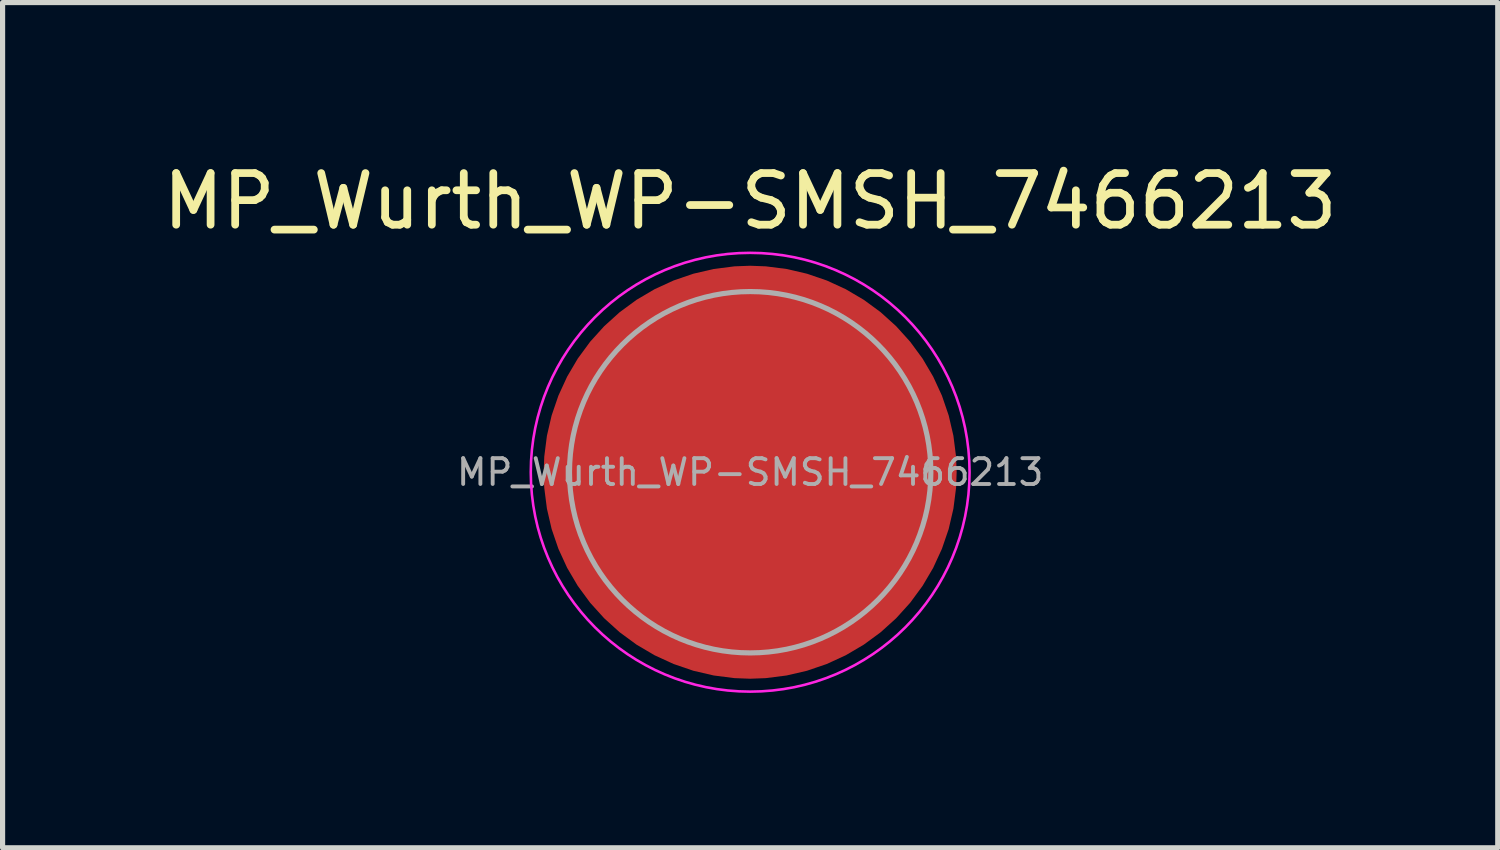
<source format=kicad_pcb>
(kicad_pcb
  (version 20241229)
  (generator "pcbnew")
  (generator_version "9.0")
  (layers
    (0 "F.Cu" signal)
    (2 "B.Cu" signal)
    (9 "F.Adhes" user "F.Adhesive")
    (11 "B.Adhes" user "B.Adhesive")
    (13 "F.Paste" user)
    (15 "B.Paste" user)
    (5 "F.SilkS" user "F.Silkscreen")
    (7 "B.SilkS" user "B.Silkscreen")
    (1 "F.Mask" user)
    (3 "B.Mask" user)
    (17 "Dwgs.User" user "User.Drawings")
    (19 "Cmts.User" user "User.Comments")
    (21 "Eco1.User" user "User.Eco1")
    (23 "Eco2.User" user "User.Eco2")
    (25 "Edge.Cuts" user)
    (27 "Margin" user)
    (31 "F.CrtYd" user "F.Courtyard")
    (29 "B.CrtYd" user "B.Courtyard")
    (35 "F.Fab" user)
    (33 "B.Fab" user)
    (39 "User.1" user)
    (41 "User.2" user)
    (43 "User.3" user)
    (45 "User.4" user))
  (footprint "MP_Wurth_WP-SMSH_7466213"
    (layer "F.Cu")
    (at 11.482 6.098)
    (property "Reference" "MP_Wurth_WP-SMSH_7466213" (at 0 -5.25 0) (unlocked yes) (layer "F.SilkS") (effects (font (size 1 1) (thickness 0.15))))
    (attr smd)
    (fp_poly (pts (xy -0.495 -0.495) (xy -3.876 -0.495) (xy -3.87 -0.541) (xy -3.87 -0.541) (xy -3.855 -0.631) (xy -3.84 -0.716) (xy -3.825 -0.796) (xy -3.825 -0.796) (xy -3.8 -0.906) (xy -3.8 -0.906) (xy -3.77 -1.026) (xy -3.77 -1.026) (xy -3.73 -1.161) (xy -3.73 -1.162) (xy -3.69 -1.282) (xy -3.69 -1.282) (xy -3.64 -1.417) (xy -3.64 -1.417) (xy -3.595 -1.527) (xy -3.595 -1.527) (xy -3.54 -1.652) (xy -3.539 -1.652) (xy -3.434 -1.862) (xy -3.434 -1.862) (xy -3.354 -2.002) (xy -3.354 -2.003) (xy -3.279 -2.123) (xy -3.279 -2.123) (xy -3.239 -2.183) (xy -3.239 -2.183) (xy -3.164 -2.288) (xy -3.109 -2.363) (xy -3.109 -2.363) (xy -3.039 -2.453) (xy -3.039 -2.453) (xy -2.959 -2.548) (xy -2.959 -2.548) (xy -2.879 -2.638) (xy -2.879 -2.638) (xy -2.814 -2.708) (xy -2.814 -2.709) (xy -2.734 -2.789) (xy -2.733 -2.789) (xy -2.653 -2.864) (xy -2.593 -2.919) (xy -2.538 -2.969) (xy -2.538 -2.969) (xy -2.493 -3.004) (xy -2.433 -3.054) (xy -2.358 -3.114) (xy -2.358 -3.114) (xy -2.303 -3.154) (xy -2.303 -3.154) (xy -2.238 -3.199) (xy -2.138 -3.269) (xy -2.138 -3.269) (xy -2.068 -3.314) (xy -2.068 -3.314) (xy -1.983 -3.364) (xy -1.918 -3.404) (xy -1.917 -3.404) (xy -1.842 -3.444) (xy -1.747 -3.494) (xy -1.747 -3.495) (xy -1.672 -3.53) (xy -1.612 -3.559) (xy -1.612 -3.56) (xy -1.552 -3.585) (xy -1.382 -3.655) (xy -1.382 -3.655) (xy -1.312 -3.68) (xy -1.257 -3.7) (xy -1.256 -3.7) (xy -1.096 -3.75) (xy -1.096 -3.75) (xy -1.001 -3.775) (xy -0.946 -3.79) (xy -0.946 -3.79) (xy -0.861 -3.81) (xy -0.861 -3.81) (xy -0.741 -3.835) (xy -0.741 -3.835) (xy -0.571 -3.865) (xy -0.571 -3.865) (xy -0.495 -3.876)) (stroke (width 0) (type default)) (fill yes) (layer "F.Paste"))
    (fp_poly (pts (xy -0.495 3.876) (xy -0.541 3.87) (xy -0.541 3.87) (xy -0.631 3.855) (xy -0.716 3.84) (xy -0.796 3.825) (xy -0.796 3.825) (xy -0.906 3.8) (xy -0.906 3.8) (xy -1.026 3.77) (xy -1.026 3.77) (xy -1.161 3.73) (xy -1.162 3.73) (xy -1.282 3.69) (xy -1.282 3.69) (xy -1.417 3.64) (xy -1.417 3.64) (xy -1.527 3.595) (xy -1.527 3.595) (xy -1.652 3.54) (xy -1.652 3.539) (xy -1.862 3.434) (xy -1.862 3.434) (xy -2.002 3.354) (xy -2.003 3.354) (xy -2.123 3.279) (xy -2.123 3.279) (xy -2.183 3.239) (xy -2.183 3.239) (xy -2.288 3.164) (xy -2.363 3.109) (xy -2.363 3.109) (xy -2.453 3.039) (xy -2.453 3.039) (xy -2.548 2.959) (xy -2.548 2.959) (xy -2.638 2.879) (xy -2.638 2.879) (xy -2.708 2.814) (xy -2.709 2.814) (xy -2.789 2.734) (xy -2.789 2.733) (xy -2.864 2.653) (xy -2.919 2.593) (xy -2.969 2.538) (xy -2.969 2.538) (xy -3.004 2.493) (xy -3.054 2.433) (xy -3.114 2.358) (xy -3.114 2.358) (xy -3.154 2.303) (xy -3.154 2.303) (xy -3.199 2.238) (xy -3.269 2.138) (xy -3.269 2.138) (xy -3.314 2.068) (xy -3.314 2.068) (xy -3.364 1.983) (xy -3.404 1.918) (xy -3.404 1.917) (xy -3.444 1.842) (xy -3.494 1.747) (xy -3.495 1.747) (xy -3.53 1.672) (xy -3.559 1.612) (xy -3.56 1.612) (xy -3.585 1.552) (xy -3.655 1.382) (xy -3.655 1.382) (xy -3.68 1.312) (xy -3.7 1.257) (xy -3.7 1.256) (xy -3.75 1.096) (xy -3.75 1.096) (xy -3.775 1.001) (xy -3.79 0.946) (xy -3.79 0.946) (xy -3.81 0.861) (xy -3.81 0.861) (xy -3.835 0.741) (xy -3.835 0.741) (xy -3.865 0.571) (xy -3.865 0.571) (xy -3.876 0.495) (xy -0.495 0.495)) (stroke (width 0) (type default)) (fill yes) (layer "F.Paste"))
    (fp_poly (pts (xy 0.541 -3.87) (xy 0.541 -3.87) (xy 0.631 -3.855) (xy 0.716 -3.84) (xy 0.796 -3.825) (xy 0.796 -3.825) (xy 0.906 -3.8) (xy 0.906 -3.8) (xy 1.026 -3.77) (xy 1.026 -3.77) (xy 1.161 -3.73) (xy 1.162 -3.73) (xy 1.282 -3.69) (xy 1.282 -3.69) (xy 1.417 -3.64) (xy 1.417 -3.64) (xy 1.527 -3.595) (xy 1.527 -3.595) (xy 1.652 -3.54) (xy 1.652 -3.539) (xy 1.862 -3.434) (xy 1.862 -3.434) (xy 2.002 -3.354) (xy 2.003 -3.354) (xy 2.123 -3.279) (xy 2.123 -3.279) (xy 2.183 -3.239) (xy 2.183 -3.239) (xy 2.288 -3.164) (xy 2.363 -3.109) (xy 2.363 -3.109) (xy 2.453 -3.039) (xy 2.453 -3.039) (xy 2.548 -2.959) (xy 2.548 -2.959) (xy 2.638 -2.879) (xy 2.638 -2.879) (xy 2.708 -2.814) (xy 2.709 -2.814) (xy 2.789 -2.734) (xy 2.789 -2.733) (xy 2.864 -2.653) (xy 2.919 -2.593) (xy 2.969 -2.538) (xy 2.969 -2.538) (xy 3.004 -2.493) (xy 3.054 -2.433) (xy 3.114 -2.358) (xy 3.114 -2.358) (xy 3.154 -2.303) (xy 3.154 -2.303) (xy 3.199 -2.238) (xy 3.269 -2.138) (xy 3.269 -2.138) (xy 3.314 -2.068) (xy 3.314 -2.068) (xy 3.364 -1.983) (xy 3.404 -1.918) (xy 3.404 -1.917) (xy 3.444 -1.842) (xy 3.494 -1.747) (xy 3.495 -1.747) (xy 3.53 -1.672) (xy 3.559 -1.612) (xy 3.56 -1.612) (xy 3.585 -1.552) (xy 3.655 -1.382) (xy 3.655 -1.382) (xy 3.68 -1.312) (xy 3.7 -1.257) (xy 3.7 -1.256) (xy 3.75 -1.096) (xy 3.75 -1.096) (xy 3.775 -1.001) (xy 3.79 -0.946) (xy 3.79 -0.946) (xy 3.81 -0.861) (xy 3.81 -0.861) (xy 3.835 -0.741) (xy 3.835 -0.741) (xy 3.865 -0.571) (xy 3.865 -0.571) (xy 3.876 -0.495) (xy 0.495 -0.495) (xy 0.495 -3.876)) (stroke (width 0) (type default)) (fill yes) (layer "F.Paste"))
    (fp_poly (pts (xy 3.87 0.541) (xy 3.87 0.541) (xy 3.855 0.631) (xy 3.84 0.716) (xy 3.825 0.796) (xy 3.825 0.796) (xy 3.8 0.906) (xy 3.8 0.906) (xy 3.77 1.026) (xy 3.77 1.026) (xy 3.73 1.161) (xy 3.73 1.162) (xy 3.69 1.282) (xy 3.69 1.282) (xy 3.64 1.417) (xy 3.64 1.417) (xy 3.595 1.527) (xy 3.595 1.527) (xy 3.54 1.652) (xy 3.539 1.652) (xy 3.434 1.862) (xy 3.434 1.862) (xy 3.354 2.002) (xy 3.354 2.003) (xy 3.279 2.123) (xy 3.279 2.123) (xy 3.239 2.183) (xy 3.239 2.183) (xy 3.164 2.288) (xy 3.109 2.363) (xy 3.109 2.363) (xy 3.039 2.453) (xy 3.039 2.453) (xy 2.959 2.548) (xy 2.959 2.548) (xy 2.879 2.638) (xy 2.879 2.638) (xy 2.814 2.708) (xy 2.814 2.709) (xy 2.734 2.789) (xy 2.733 2.789) (xy 2.653 2.864) (xy 2.593 2.919) (xy 2.538 2.969) (xy 2.538 2.969) (xy 2.493 3.004) (xy 2.433 3.054) (xy 2.358 3.114) (xy 2.358 3.114) (xy 2.303 3.154) (xy 2.303 3.154) (xy 2.238 3.199) (xy 2.138 3.269) (xy 2.138 3.269) (xy 2.068 3.314) (xy 2.068 3.314) (xy 1.983 3.364) (xy 1.918 3.404) (xy 1.917 3.404) (xy 1.842 3.444) (xy 1.747 3.494) (xy 1.747 3.495) (xy 1.672 3.53) (xy 1.612 3.559) (xy 1.612 3.56) (xy 1.552 3.585) (xy 1.382 3.655) (xy 1.382 3.655) (xy 1.312 3.68) (xy 1.257 3.7) (xy 1.256 3.7) (xy 1.096 3.75) (xy 1.096 3.75) (xy 1.001 3.775) (xy 0.946 3.79) (xy 0.946 3.79) (xy 0.861 3.81) (xy 0.861 3.81) (xy 0.741 3.835) (xy 0.741 3.835) (xy 0.571 3.865) (xy 0.571 3.865) (xy 0.495 3.876) (xy 0.495 0.495) (xy 3.876 0.495)) (stroke (width 0) (type default)) (fill yes) (layer "F.Paste"))
    (fp_circle (center 0 0) (end 4.25 0) (stroke (width 0.05) (type solid)) (fill no) (layer "F.CrtYd"))
    (fp_circle (center 0 0) (end 3.5 0) (stroke (width 0.1) (type solid)) (fill no) (layer "F.Fab"))
    (fp_text user "${REFERENCE}" (at 0 0 0) (unlocked yes) (layer "F.Fab") (effects (font (size 0.5 0.5) (thickness 0.075))))
    (pad "1" smd roundrect (at 0 0) (size 8 8) (layers "F.Cu" "F.Mask") (roundrect_rratio 0.5)))
  (gr_rect
    (start -3 -3)
    (end 25.964 13.373)
    (stroke (width 0.1) (type default))
    (fill no)
    (layer "Edge.Cuts")))
</source>
